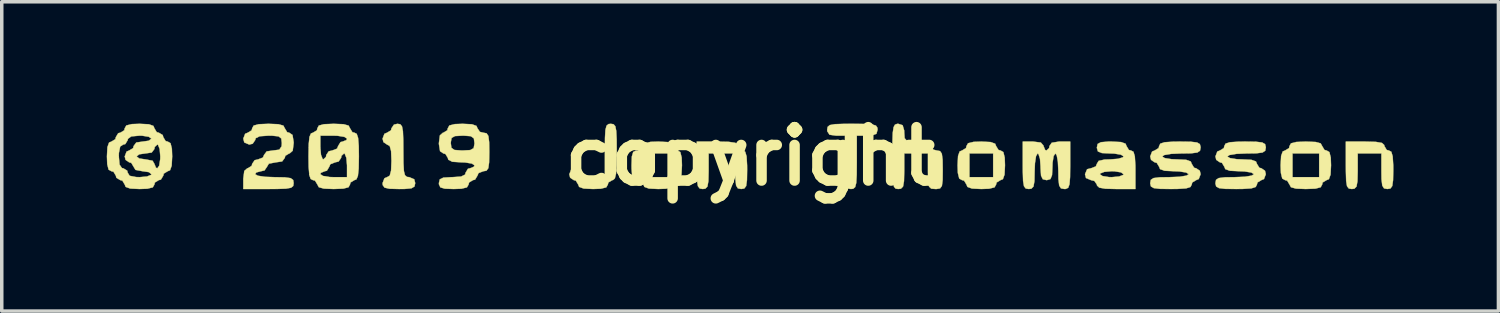
<source format=kicad_pcb>
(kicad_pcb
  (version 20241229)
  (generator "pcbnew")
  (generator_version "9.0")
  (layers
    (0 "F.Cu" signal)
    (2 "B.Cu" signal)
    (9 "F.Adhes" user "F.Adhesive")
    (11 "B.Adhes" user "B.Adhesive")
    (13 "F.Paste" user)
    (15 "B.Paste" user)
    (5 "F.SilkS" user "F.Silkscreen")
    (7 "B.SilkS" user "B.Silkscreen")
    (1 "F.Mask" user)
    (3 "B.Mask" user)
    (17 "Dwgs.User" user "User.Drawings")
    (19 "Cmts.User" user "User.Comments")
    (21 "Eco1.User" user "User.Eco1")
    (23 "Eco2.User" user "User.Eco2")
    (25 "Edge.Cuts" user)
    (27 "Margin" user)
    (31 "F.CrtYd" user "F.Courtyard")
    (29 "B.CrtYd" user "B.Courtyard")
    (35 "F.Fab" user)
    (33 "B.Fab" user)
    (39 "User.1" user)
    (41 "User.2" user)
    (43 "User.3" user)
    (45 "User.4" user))
  (footprint "copyright"
    (layer "F.Cu")
    (at 18.378 1.418)
    (property "Reference" "copyright" (at 0 0 0) (layer "F.SilkS") (effects (font (size 1.524 1.524) (thickness 0.3))))
    (attr through_hole)
    (fp_poly (pts (xy 3.271 -0.928) (xy 3.485 -0.914) (xy 3.595 -0.88) (xy 3.636 -0.819) (xy 3.641 -0.762) (xy 3.608 -0.645) (xy 3.478 -0.598) (xy 3.344 -0.593) (xy 3.048 -0.593) (xy 3.048 0.169) (xy 3.045 0.531) (xy 3.032 0.756) (xy 3.001 0.876) (xy 2.945 0.924) (xy 2.879 0.931) (xy 2.798 0.919) (xy 2.748 0.859) (xy 2.722 0.72) (xy 2.711 0.47) (xy 2.709 0.169) (xy 2.709 -0.593) (xy 2.455 -0.593) (xy 2.269 -0.619) (xy 2.204 -0.718) (xy 2.201 -0.762) (xy 2.215 -0.844) (xy 2.277 -0.895) (xy 2.421 -0.921) (xy 2.68 -0.93) (xy 2.921 -0.931) (xy 3.271 -0.928)) (stroke (width 0.01) (type solid)) (fill yes) (layer "F.SilkS"))
    (fp_poly (pts (xy -0.609 -0.416) (xy -0.425 -0.389) (xy -0.347 -0.336) (xy -0.339 -0.296) (xy -0.271 -0.184) (xy -0.212 -0.169) (xy -0.14 -0.133) (xy -0.101 -0.001) (xy -0.086 0.256) (xy -0.085 0.381) (xy -0.09 0.679) (xy -0.113 0.845) (xy -0.167 0.917) (xy -0.254 0.931) (xy -0.349 0.913) (xy -0.4 0.831) (xy -0.42 0.648) (xy -0.423 0.423) (xy -0.423 -0.085) (xy -1.185 -0.085) (xy -1.185 0.423) (xy -1.192 0.707) (xy -1.219 0.86) (xy -1.28 0.922) (xy -1.355 0.931) (xy -1.439 0.917) (xy -1.49 0.852) (xy -1.515 0.702) (xy -1.523 0.433) (xy -1.524 0.254) (xy -1.524 -0.423) (xy -0.931 -0.423) (xy -0.609 -0.416)) (stroke (width 0.01) (type solid)) (fill yes) (layer "F.SilkS"))
    (fp_poly (pts (xy 17.877 -0.415) (xy 18.049 -0.385) (xy 18.115 -0.325) (xy 18.119 -0.296) (xy 18.186 -0.184) (xy 18.246 -0.169) (xy 18.317 -0.133) (xy 18.356 -0.001) (xy 18.372 0.256) (xy 18.373 0.381) (xy 18.367 0.679) (xy 18.344 0.845) (xy 18.291 0.917) (xy 18.203 0.931) (xy 18.109 0.913) (xy 18.058 0.831) (xy 18.037 0.648) (xy 18.034 0.423) (xy 18.034 -0.085) (xy 17.357 -0.085) (xy 17.357 0.423) (xy 17.35 0.707) (xy 17.323 0.86) (xy 17.262 0.922) (xy 17.187 0.931) (xy 17.103 0.917) (xy 17.052 0.852) (xy 17.027 0.702) (xy 17.019 0.433) (xy 17.018 0.254) (xy 17.018 -0.423) (xy 17.568 -0.423) (xy 17.877 -0.415)) (stroke (width 0.01) (type solid)) (fill yes) (layer "F.SilkS"))
    (fp_poly (pts (xy -9.995 -0.919) (xy -9.945 -0.859) (xy -9.918 -0.72) (xy -9.908 -0.47) (xy -9.906 -0.169) (xy -9.903 0.193) (xy -9.89 0.418) (xy -9.859 0.538) (xy -9.803 0.585) (xy -9.737 0.593) (xy -9.595 0.653) (xy -9.567 0.762) (xy -9.588 0.86) (xy -9.675 0.911) (xy -9.87 0.93) (xy -10.033 0.931) (xy -10.302 0.924) (xy -10.442 0.892) (xy -10.494 0.821) (xy -10.499 0.762) (xy -10.446 0.624) (xy -10.372 0.593) (xy -10.295 0.551) (xy -10.256 0.404) (xy -10.245 0.127) (xy -10.256 -0.154) (xy -10.296 -0.298) (xy -10.372 -0.339) (xy -10.475 -0.409) (xy -10.499 -0.508) (xy -10.446 -0.646) (xy -10.372 -0.677) (xy -10.259 -0.745) (xy -10.245 -0.804) (xy -10.174 -0.908) (xy -10.075 -0.931) (xy -9.995 -0.919)) (stroke (width 0.01) (type solid)) (fill yes) (layer "F.SilkS"))
    (fp_poly (pts (xy -3.901 -0.919) (xy -3.851 -0.862) (xy -3.824 -0.728) (xy -3.812 -0.486) (xy -3.81 -0.127) (xy -3.815 0.256) (xy -3.831 0.499) (xy -3.864 0.629) (xy -3.919 0.676) (xy -3.937 0.677) (xy -4.049 0.745) (xy -4.064 0.804) (xy -4.109 0.884) (xy -4.266 0.923) (xy -4.487 0.931) (xy -4.754 0.918) (xy -4.884 0.871) (xy -4.911 0.804) (xy -4.978 0.692) (xy -5.038 0.677) (xy -5.141 0.607) (xy -5.165 0.508) (xy -5.105 0.366) (xy -4.995 0.339) (xy -4.857 0.392) (xy -4.826 0.466) (xy -4.77 0.554) (xy -4.585 0.59) (xy -4.487 0.593) (xy -4.149 0.593) (xy -4.149 -0.169) (xy -4.146 -0.531) (xy -4.133 -0.756) (xy -4.102 -0.876) (xy -4.046 -0.924) (xy -3.979 -0.931) (xy -3.901 -0.919)) (stroke (width 0.01) (type solid)) (fill yes) (layer "F.SilkS"))
    (fp_poly (pts (xy 6.87 -0.41) (xy 7 -0.363) (xy 7.027 -0.296) (xy 7.095 -0.184) (xy 7.154 -0.169) (xy 7.234 -0.124) (xy 7.273 0.033) (xy 7.281 0.254) (xy 7.268 0.52) (xy 7.221 0.65) (xy 7.154 0.677) (xy 7.042 0.745) (xy 7.027 0.804) (xy 6.982 0.884) (xy 6.825 0.923) (xy 6.604 0.931) (xy 6.338 0.918) (xy 6.208 0.871) (xy 6.181 0.804) (xy 6.113 0.692) (xy 6.054 0.677) (xy 5.974 0.632) (xy 5.935 0.475) (xy 5.927 0.254) (xy 5.94 -0.012) (xy 5.966 -0.085) (xy 6.265 -0.085) (xy 6.265 0.593) (xy 6.943 0.593) (xy 6.943 -0.085) (xy 6.265 -0.085) (xy 5.966 -0.085) (xy 5.987 -0.142) (xy 6.054 -0.169) (xy 6.166 -0.237) (xy 6.181 -0.296) (xy 6.226 -0.376) (xy 6.383 -0.415) (xy 6.604 -0.423) (xy 6.87 -0.41)) (stroke (width 0.01) (type solid)) (fill yes) (layer "F.SilkS"))
    (fp_poly (pts (xy 16.156 -0.412) (xy 16.3 -0.372) (xy 16.341 -0.296) (xy 16.408 -0.184) (xy 16.468 -0.169) (xy 16.548 -0.124) (xy 16.587 0.033) (xy 16.595 0.254) (xy 16.581 0.52) (xy 16.534 0.65) (xy 16.468 0.677) (xy 16.355 0.745) (xy 16.341 0.804) (xy 16.299 0.881) (xy 16.152 0.92) (xy 15.875 0.931) (xy 15.594 0.92) (xy 15.45 0.88) (xy 15.409 0.804) (xy 15.342 0.692) (xy 15.282 0.677) (xy 15.202 0.632) (xy 15.163 0.475) (xy 15.155 0.254) (xy 15.169 -0.012) (xy 15.195 -0.085) (xy 15.494 -0.085) (xy 15.494 0.593) (xy 16.256 0.593) (xy 16.256 -0.085) (xy 15.494 -0.085) (xy 15.195 -0.085) (xy 15.216 -0.142) (xy 15.282 -0.169) (xy 15.395 -0.237) (xy 15.409 -0.296) (xy 15.451 -0.373) (xy 15.598 -0.412) (xy 15.875 -0.423) (xy 16.156 -0.412)) (stroke (width 0.01) (type solid)) (fill yes) (layer "F.SilkS"))
    (fp_poly (pts (xy -2.358 -0.41) (xy -2.228 -0.363) (xy -2.201 -0.296) (xy -2.134 -0.184) (xy -2.074 -0.169) (xy -1.994 -0.124) (xy -1.955 0.033) (xy -1.947 0.254) (xy -1.961 0.52) (xy -2.008 0.65) (xy -2.074 0.677) (xy -2.187 0.745) (xy -2.201 0.804) (xy -2.247 0.884) (xy -2.404 0.923) (xy -2.625 0.931) (xy -2.891 0.918) (xy -3.021 0.871) (xy -3.048 0.804) (xy -3.119 0.701) (xy -3.217 0.677) (xy -3.319 0.655) (xy -3.37 0.56) (xy -3.386 0.352) (xy -3.387 0.254) (xy -3.378 0.000083) (xy -3.352 -0.085) (xy -2.963 -0.085) (xy -2.963 0.593) (xy -2.286 0.593) (xy -2.286 -0.085) (xy -2.963 -0.085) (xy -3.352 -0.085) (xy -3.34 -0.127) (xy -3.256 -0.168) (xy -3.217 -0.169) (xy -3.079 -0.222) (xy -3.048 -0.296) (xy -3.003 -0.376) (xy -2.846 -0.415) (xy -2.625 -0.423) (xy -2.358 -0.41)) (stroke (width 0.01) (type solid)) (fill yes) (layer "F.SilkS"))
    (fp_poly (pts (xy 4.357 -0.891) (xy 4.401 -0.743) (xy 4.403 -0.677) (xy 4.414 -0.521) (xy 4.477 -0.447) (xy 4.64 -0.425) (xy 4.784 -0.423) (xy 5.035 -0.407) (xy 5.149 -0.35) (xy 5.165 -0.296) (xy 5.235 -0.193) (xy 5.334 -0.169) (xy 5.426 -0.152) (xy 5.477 -0.076) (xy 5.499 0.097) (xy 5.503 0.381) (xy 5.5 0.677) (xy 5.479 0.842) (xy 5.426 0.914) (xy 5.326 0.931) (xy 5.292 0.931) (xy 5.174 0.921) (xy 5.111 0.862) (xy 5.085 0.715) (xy 5.08 0.441) (xy 5.08 0.423) (xy 5.08 -0.085) (xy 4.403 -0.085) (xy 4.403 0.423) (xy 4.396 0.707) (xy 4.369 0.86) (xy 4.308 0.922) (xy 4.233 0.931) (xy 4.159 0.921) (xy 4.111 0.869) (xy 4.082 0.747) (xy 4.068 0.526) (xy 4.064 0.176) (xy 4.064 0) (xy 4.066 -0.408) (xy 4.075 -0.675) (xy 4.098 -0.832) (xy 4.138 -0.907) (xy 4.201 -0.93) (xy 4.233 -0.931) (xy 4.357 -0.891)) (stroke (width 0.01) (type solid)) (fill yes) (layer "F.SilkS"))
    (fp_poly (pts (xy 8.305 -0.396) (xy 8.381 -0.308) (xy 8.382 -0.296) (xy 8.428 -0.184) (xy 8.467 -0.169) (xy 8.542 -0.238) (xy 8.551 -0.296) (xy 8.616 -0.39) (xy 8.821 -0.423) (xy 8.848 -0.423) (xy 9.144 -0.423) (xy 9.144 0.254) (xy 9.14 0.591) (xy 9.124 0.794) (xy 9.087 0.895) (xy 9.019 0.929) (xy 8.975 0.931) (xy 8.88 0.913) (xy 8.829 0.831) (xy 8.808 0.648) (xy 8.805 0.423) (xy 8.792 0.153) (xy 8.759 -0.031) (xy 8.721 -0.085) (xy 8.67 -0.009) (xy 8.64 0.182) (xy 8.636 0.296) (xy 8.625 0.534) (xy 8.579 0.647) (xy 8.479 0.677) (xy 8.467 0.677) (xy 8.361 0.652) (xy 8.311 0.549) (xy 8.297 0.324) (xy 8.297 0.296) (xy 8.281 0.069) (xy 8.238 -0.067) (xy 8.213 -0.085) (xy 8.168 -0.008) (xy 8.137 0.194) (xy 8.128 0.423) (xy 8.122 0.707) (xy 8.095 0.86) (xy 8.034 0.922) (xy 7.959 0.931) (xy 7.874 0.917) (xy 7.824 0.852) (xy 7.798 0.702) (xy 7.79 0.433) (xy 7.789 0.254) (xy 7.789 -0.423) (xy 8.086 -0.423) (xy 8.305 -0.396)) (stroke (width 0.01) (type solid)) (fill yes) (layer "F.SilkS"))
    (fp_poly (pts (xy 10.596 -0.41) (xy 10.726 -0.363) (xy 10.753 -0.296) (xy 10.82 -0.184) (xy 10.88 -0.169) (xy 10.951 -0.133) (xy 10.99 -0.001) (xy 11.006 0.256) (xy 11.007 0.381) (xy 11.007 0.931) (xy 10.456 0.931) (xy 10.148 0.923) (xy 9.976 0.893) (xy 9.91 0.833) (xy 9.906 0.804) (xy 9.835 0.701) (xy 9.737 0.677) (xy 9.595 0.617) (xy 9.567 0.508) (xy 9.991 0.508) (xy 10.066 0.561) (xy 10.253 0.591) (xy 10.329 0.593) (xy 10.541 0.574) (xy 10.659 0.527) (xy 10.668 0.508) (xy 10.593 0.455) (xy 10.405 0.425) (xy 10.329 0.423) (xy 10.117 0.442) (xy 9.999 0.489) (xy 9.991 0.508) (xy 9.567 0.508) (xy 9.627 0.366) (xy 9.737 0.339) (xy 9.875 0.286) (xy 9.906 0.212) (xy 9.956 0.128) (xy 10.125 0.09) (xy 10.287 0.085) (xy 10.514 0.068) (xy 10.651 0.025) (xy 10.668 0) (xy 10.592 -0.05) (xy 10.401 -0.081) (xy 10.287 -0.085) (xy 10.049 -0.096) (xy 9.936 -0.142) (xy 9.906 -0.242) (xy 9.906 -0.254) (xy 9.928 -0.356) (xy 10.023 -0.406) (xy 10.231 -0.423) (xy 10.329 -0.423) (xy 10.596 -0.41)) (stroke (width 0.01) (type solid)) (fill yes) (layer "F.SilkS"))
    (fp_poly (pts (xy 12.588 -0.419) (xy 12.767 -0.398) (xy 12.848 -0.351) (xy 12.869 -0.267) (xy 12.869 -0.254) (xy 12.852 -0.162) (xy 12.776 -0.111) (xy 12.603 -0.089) (xy 12.319 -0.085) (xy 12.031 -0.073) (xy 11.835 -0.041) (xy 11.769 0) (xy 11.845 0.048) (xy 12.04 0.079) (xy 12.192 0.085) (xy 12.458 0.098) (xy 12.588 0.145) (xy 12.615 0.212) (xy 12.683 0.324) (xy 12.742 0.339) (xy 12.846 0.409) (xy 12.869 0.508) (xy 12.816 0.646) (xy 12.742 0.677) (xy 12.63 0.745) (xy 12.615 0.804) (xy 12.58 0.873) (xy 12.455 0.913) (xy 12.208 0.929) (xy 12.023 0.931) (xy 11.711 0.927) (xy 11.533 0.906) (xy 11.451 0.859) (xy 11.43 0.775) (xy 11.43 0.762) (xy 11.447 0.67) (xy 11.524 0.619) (xy 11.697 0.597) (xy 11.98 0.593) (xy 12.268 0.581) (xy 12.465 0.549) (xy 12.531 0.508) (xy 12.455 0.46) (xy 12.26 0.429) (xy 12.107 0.423) (xy 11.841 0.41) (xy 11.711 0.363) (xy 11.684 0.296) (xy 11.616 0.184) (xy 11.557 0.169) (xy 11.454 0.099) (xy 11.43 0) (xy 11.483 -0.138) (xy 11.557 -0.169) (xy 11.669 -0.237) (xy 11.684 -0.296) (xy 11.719 -0.365) (xy 11.844 -0.405) (xy 12.091 -0.421) (xy 12.277 -0.423) (xy 12.588 -0.419)) (stroke (width 0.01) (type solid)) (fill yes) (layer "F.SilkS"))
    (fp_poly (pts (xy 14.451 -0.419) (xy 14.629 -0.398) (xy 14.711 -0.351) (xy 14.732 -0.267) (xy 14.732 -0.254) (xy 14.715 -0.162) (xy 14.638 -0.111) (xy 14.465 -0.089) (xy 14.182 -0.085) (xy 13.894 -0.073) (xy 13.697 -0.041) (xy 13.631 0) (xy 13.707 0.048) (xy 13.902 0.079) (xy 14.055 0.085) (xy 14.321 0.098) (xy 14.451 0.145) (xy 14.478 0.212) (xy 14.546 0.324) (xy 14.605 0.339) (xy 14.708 0.409) (xy 14.732 0.508) (xy 14.679 0.646) (xy 14.605 0.677) (xy 14.493 0.745) (xy 14.478 0.804) (xy 14.443 0.873) (xy 14.318 0.913) (xy 14.071 0.929) (xy 13.885 0.931) (xy 13.574 0.927) (xy 13.395 0.906) (xy 13.314 0.859) (xy 13.293 0.775) (xy 13.293 0.762) (xy 13.31 0.67) (xy 13.386 0.619) (xy 13.559 0.597) (xy 13.843 0.593) (xy 14.131 0.581) (xy 14.327 0.549) (xy 14.393 0.508) (xy 14.317 0.46) (xy 14.122 0.429) (xy 13.97 0.423) (xy 13.704 0.41) (xy 13.574 0.363) (xy 13.547 0.296) (xy 13.479 0.184) (xy 13.42 0.169) (xy 13.316 0.099) (xy 13.293 0) (xy 13.346 -0.138) (xy 13.42 -0.169) (xy 13.532 -0.237) (xy 13.547 -0.296) (xy 13.582 -0.365) (xy 13.707 -0.405) (xy 13.954 -0.421) (xy 14.139 -0.423) (xy 14.451 -0.419)) (stroke (width 0.01) (type solid)) (fill yes) (layer "F.SilkS"))
    (fp_poly (pts (xy -13.478 -0.92) (xy -13.333 -0.88) (xy -13.293 -0.804) (xy -13.225 -0.692) (xy -13.166 -0.677) (xy -13.072 -0.613) (xy -13.039 -0.408) (xy -13.039 -0.381) (xy -13.066 -0.162) (xy -13.154 -0.085) (xy -13.166 -0.085) (xy -13.278 -0.017) (xy -13.293 0.042) (xy -13.368 0.143) (xy -13.547 0.169) (xy -13.748 0.207) (xy -13.801 0.296) (xy -13.871 0.4) (xy -13.97 0.423) (xy -14.108 0.459) (xy -14.139 0.508) (xy -14.062 0.552) (xy -13.856 0.583) (xy -13.589 0.593) (xy -13.291 0.598) (xy -13.125 0.621) (xy -13.053 0.675) (xy -13.039 0.762) (xy -13.052 0.844) (xy -13.114 0.895) (xy -13.259 0.921) (xy -13.518 0.93) (xy -13.758 0.931) (xy -14.478 0.931) (xy -14.478 0.635) (xy -14.45 0.416) (xy -14.363 0.339) (xy -14.351 0.339) (xy -14.239 0.271) (xy -14.224 0.212) (xy -14.153 0.108) (xy -14.055 0.085) (xy -13.917 0.032) (xy -13.885 -0.042) (xy -13.81 -0.143) (xy -13.631 -0.169) (xy -13.45 -0.192) (xy -13.383 -0.289) (xy -13.377 -0.381) (xy -13.393 -0.512) (xy -13.471 -0.573) (xy -13.656 -0.592) (xy -13.758 -0.593) (xy -14.009 -0.576) (xy -14.124 -0.52) (xy -14.139 -0.466) (xy -14.21 -0.362) (xy -14.309 -0.339) (xy -14.45 -0.399) (xy -14.478 -0.508) (xy -14.425 -0.646) (xy -14.351 -0.677) (xy -14.239 -0.745) (xy -14.224 -0.804) (xy -14.182 -0.881) (xy -14.035 -0.92) (xy -13.758 -0.931) (xy -13.478 -0.92)) (stroke (width 0.01) (type solid)) (fill yes) (layer "F.SilkS"))
    (fp_poly (pts (xy -7.946 -0.918) (xy -7.816 -0.871) (xy -7.789 -0.804) (xy -7.719 -0.701) (xy -7.62 -0.677) (xy -7.528 -0.66) (xy -7.477 -0.584) (xy -7.455 -0.411) (xy -7.451 -0.127) (xy -7.456 0.171) (xy -7.479 0.337) (xy -7.533 0.409) (xy -7.62 0.423) (xy -7.758 0.476) (xy -7.789 0.55) (xy -7.857 0.663) (xy -7.916 0.677) (xy -8.029 0.745) (xy -8.043 0.804) (xy -8.089 0.884) (xy -8.246 0.923) (xy -8.467 0.931) (xy -8.721 0.922) (xy -8.847 0.885) (xy -8.888 0.801) (xy -8.89 0.762) (xy -8.865 0.656) (xy -8.762 0.606) (xy -8.536 0.593) (xy -8.509 0.593) (xy -8.258 0.576) (xy -8.143 0.52) (xy -8.128 0.466) (xy -8.06 0.353) (xy -8.001 0.339) (xy -7.888 0.293) (xy -7.874 0.254) (xy -7.95 0.204) (xy -8.141 0.173) (xy -8.255 0.169) (xy -8.506 0.153) (xy -8.621 0.096) (xy -8.636 0.042) (xy -8.704 -0.07) (xy -8.763 -0.085) (xy -8.857 -0.149) (xy -8.89 -0.354) (xy -8.89 -0.381) (xy -8.551 -0.381) (xy -8.533 -0.245) (xy -8.446 -0.184) (xy -8.242 -0.169) (xy -8.213 -0.169) (xy -7.994 -0.181) (xy -7.897 -0.235) (xy -7.874 -0.363) (xy -7.874 -0.381) (xy -7.892 -0.517) (xy -7.98 -0.578) (xy -8.183 -0.593) (xy -8.213 -0.593) (xy -8.431 -0.581) (xy -8.528 -0.527) (xy -8.551 -0.399) (xy -8.551 -0.381) (xy -8.89 -0.381) (xy -8.862 -0.6) (xy -8.775 -0.677) (xy -8.763 -0.677) (xy -8.651 -0.745) (xy -8.636 -0.804) (xy -8.591 -0.884) (xy -8.434 -0.923) (xy -8.213 -0.931) (xy -7.946 -0.918)) (stroke (width 0.01) (type solid)) (fill yes) (layer "F.SilkS"))
    (fp_poly (pts (xy -11.615 -0.92) (xy -11.47 -0.88) (xy -11.43 -0.804) (xy -11.362 -0.692) (xy -11.303 -0.677) (xy -11.238 -0.645) (xy -11.199 -0.53) (xy -11.18 -0.3) (xy -11.176 0) (xy -11.182 0.348) (xy -11.204 0.556) (xy -11.247 0.656) (xy -11.303 0.677) (xy -11.415 0.745) (xy -11.43 0.804) (xy -11.472 0.881) (xy -11.619 0.92) (xy -11.896 0.931) (xy -12.176 0.92) (xy -12.321 0.88) (xy -12.361 0.804) (xy -12.429 0.692) (xy -12.488 0.677) (xy -12.553 0.645) (xy -12.593 0.53) (xy -12.594 0.508) (xy -12.277 0.508) (xy -12.201 0.558) (xy -12.01 0.589) (xy -11.896 0.593) (xy -11.515 0.593) (xy -11.515 0.254) (xy -11.533 0.042) (xy -11.58 -0.076) (xy -11.599 -0.085) (xy -11.674 -0.016) (xy -11.684 0.042) (xy -11.755 0.146) (xy -11.853 0.169) (xy -11.991 0.222) (xy -12.023 0.296) (xy -12.09 0.409) (xy -12.15 0.423) (xy -12.262 0.469) (xy -12.277 0.508) (xy -12.594 0.508) (xy -12.611 0.3) (xy -12.615 0) (xy -12.609 -0.348) (xy -12.588 -0.556) (xy -12.572 -0.593) (xy -12.277 -0.593) (xy -12.277 -0.254) (xy -12.258 -0.042) (xy -12.211 0.076) (xy -12.192 0.085) (xy -12.117 0.016) (xy -12.107 -0.042) (xy -12.037 -0.146) (xy -11.938 -0.169) (xy -11.8 -0.222) (xy -11.769 -0.296) (xy -11.701 -0.409) (xy -11.642 -0.423) (xy -11.529 -0.469) (xy -11.515 -0.508) (xy -11.59 -0.558) (xy -11.782 -0.589) (xy -11.896 -0.593) (xy -12.277 -0.593) (xy -12.572 -0.593) (xy -12.545 -0.656) (xy -12.488 -0.677) (xy -12.376 -0.745) (xy -12.361 -0.804) (xy -12.32 -0.881) (xy -12.173 -0.92) (xy -11.896 -0.931) (xy -11.615 -0.92)) (stroke (width 0.01) (type solid)) (fill yes) (layer "F.SilkS"))
    (fp_poly (pts (xy -17.175 -0.918) (xy -17.045 -0.871) (xy -17.018 -0.804) (xy -16.95 -0.692) (xy -16.891 -0.677) (xy -16.779 -0.61) (xy -16.764 -0.55) (xy -16.696 -0.438) (xy -16.637 -0.423) (xy -16.557 -0.378) (xy -16.518 -0.221) (xy -16.51 0) (xy -16.524 0.266) (xy -16.571 0.396) (xy -16.637 0.423) (xy -16.749 0.491) (xy -16.764 0.55) (xy -16.832 0.663) (xy -16.891 0.677) (xy -17.003 0.745) (xy -17.018 0.804) (xy -17.063 0.884) (xy -17.22 0.923) (xy -17.441 0.931) (xy -17.708 0.918) (xy -17.838 0.871) (xy -17.865 0.804) (xy -17.932 0.692) (xy -17.992 0.677) (xy -18.104 0.61) (xy -18.119 0.55) (xy -18.186 0.438) (xy -18.246 0.423) (xy -18.326 0.378) (xy -18.365 0.221) (xy -18.373 0) (xy -18.034 0) (xy -18.013 0.235) (xy -17.944 0.333) (xy -17.907 0.339) (xy -17.795 0.406) (xy -17.78 0.466) (xy -17.724 0.554) (xy -17.539 0.59) (xy -17.441 0.593) (xy -17.229 0.574) (xy -17.111 0.527) (xy -17.103 0.508) (xy -17.176 0.449) (xy -17.354 0.423) (xy -17.357 0.423) (xy -17.558 0.385) (xy -17.611 0.296) (xy -17.678 0.184) (xy -17.738 0.169) (xy -17.841 0.099) (xy -17.865 0) (xy -17.526 0) (xy -17.452 0.059) (xy -17.275 0.085) (xy -17.272 0.085) (xy -17.07 0.123) (xy -17.018 0.212) (xy -16.972 0.324) (xy -16.933 0.339) (xy -16.88 0.264) (xy -16.851 0.076) (xy -16.849 0) (xy -16.867 -0.212) (xy -16.914 -0.33) (xy -16.933 -0.339) (xy -17.008 -0.27) (xy -17.018 -0.212) (xy -17.094 -0.111) (xy -17.272 -0.085) (xy -17.45 -0.06) (xy -17.526 -0.001) (xy -17.526 0) (xy -17.865 0) (xy -17.812 -0.138) (xy -17.738 -0.169) (xy -17.625 -0.237) (xy -17.611 -0.296) (xy -17.535 -0.397) (xy -17.357 -0.423) (xy -17.178 -0.448) (xy -17.103 -0.507) (xy -17.103 -0.508) (xy -17.178 -0.561) (xy -17.365 -0.591) (xy -17.441 -0.593) (xy -17.677 -0.572) (xy -17.774 -0.502) (xy -17.78 -0.466) (xy -17.848 -0.353) (xy -17.907 -0.339) (xy -17.995 -0.283) (xy -18.032 -0.097) (xy -18.034 0) (xy -18.373 0) (xy -18.359 -0.266) (xy -18.312 -0.396) (xy -18.246 -0.423) (xy -18.133 -0.491) (xy -18.119 -0.55) (xy -18.051 -0.663) (xy -17.992 -0.677) (xy -17.879 -0.745) (xy -17.865 -0.804) (xy -17.819 -0.884) (xy -17.662 -0.923) (xy -17.441 -0.931) (xy -17.175 -0.918)) (stroke (width 0.01) (type solid)) (fill yes) (layer "F.SilkS")))
  (gr_rect
    (start -3 -3)
    (end 39.755 5.836)
    (stroke (width 0.1) (type default))
    (fill no)
    (layer "Edge.Cuts")))
</source>
